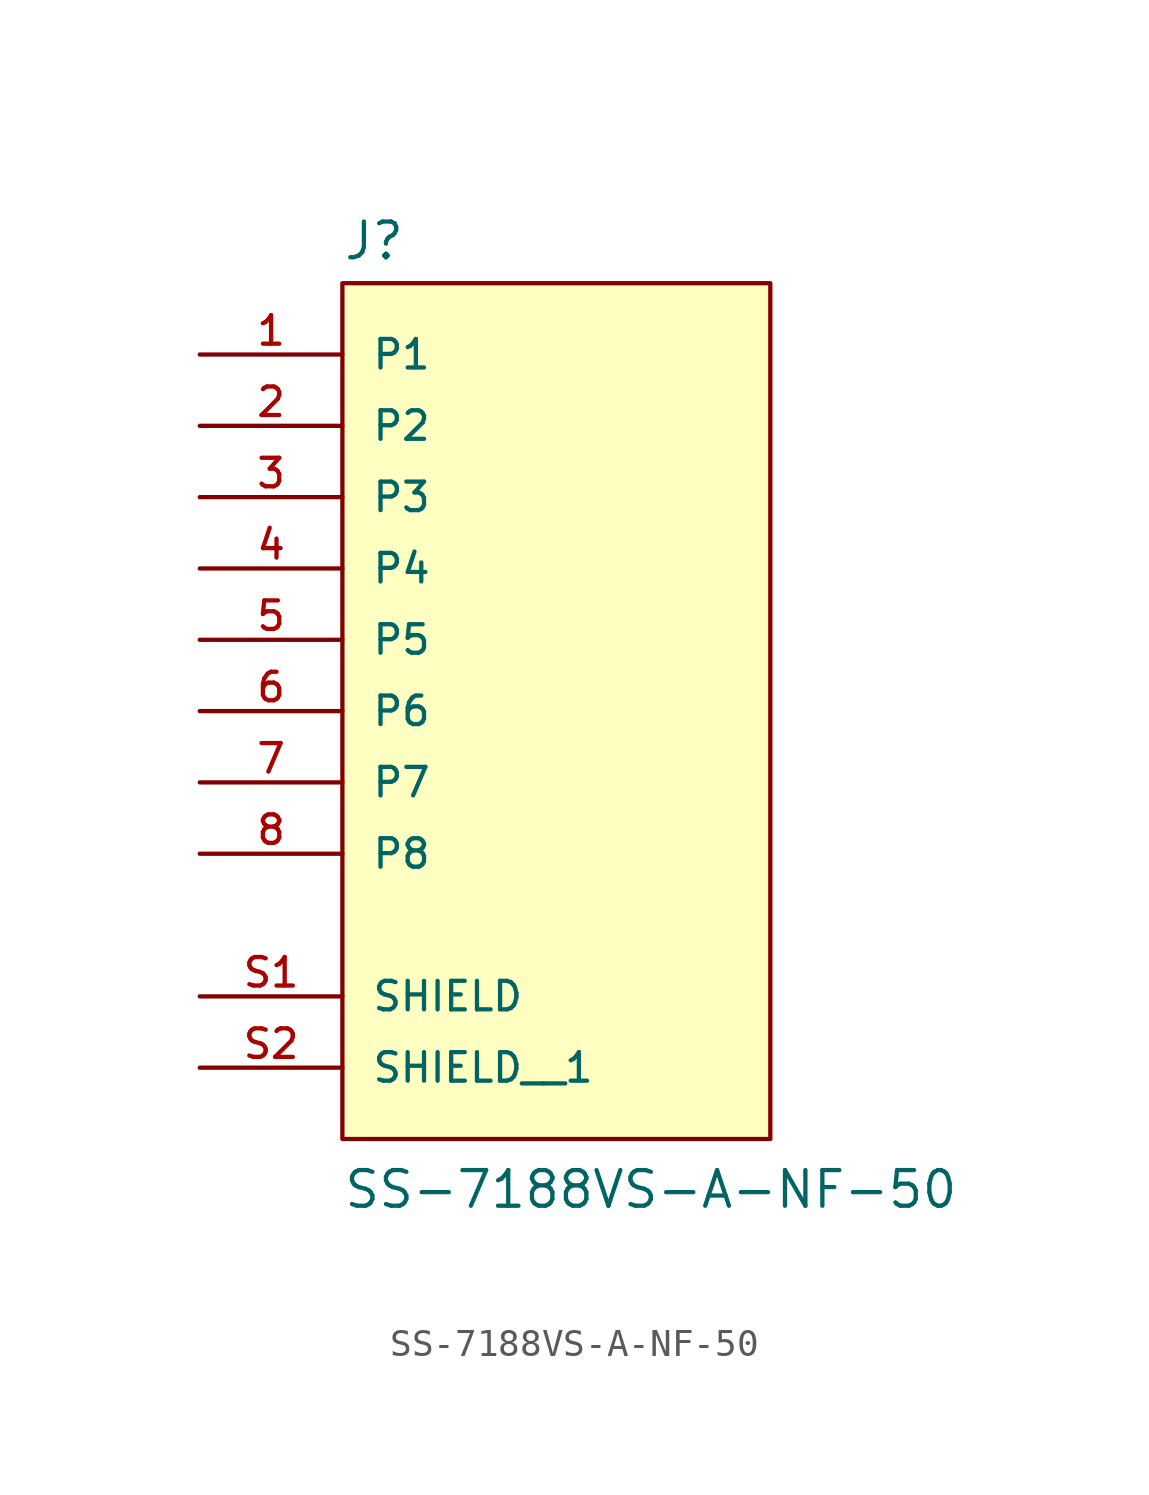
<source format=kicad_sym>
(kicad_symbol_lib
  (version 20211014)
  (generator kicad_symbol_editor)
  (symbol "SS-7188VS-A-NF-50"
    (pin_names
      (offset 1.016))
    (property "Reference" "J"
      (at -7.62 13.462 0)
      (effects (font (size 1.27 1.27)) (justify bottom left)))
    (property "Value" "SS-7188VS-A-NF-50"
      (at -7.62 -20.32 0)
      (effects (font (size 1.27 1.27)) (justify bottom left)))
    (symbol "SS-7188VS-A-NF-50_0_0"
      (rectangle (start -7.62 -17.78) (end 7.62 12.7) (stroke (width 0.152)) (fill (type background)))
      (pin passive line (at -12.7 10.16 0) (length 5.08) (name "P1" (effects (font (size 1.016 1.016)))) (number "1" (effects (font (size 1.016 1.016)))))
      (pin passive line (at -12.7 7.62 0) (length 5.08) (name "P2" (effects (font (size 1.016 1.016)))) (number "2" (effects (font (size 1.016 1.016)))))
      (pin passive line (at -12.7 5.08 0) (length 5.08) (name "P3" (effects (font (size 1.016 1.016)))) (number "3" (effects (font (size 1.016 1.016)))))
      (pin passive line (at -12.7 2.54 0) (length 5.08) (name "P4" (effects (font (size 1.016 1.016)))) (number "4" (effects (font (size 1.016 1.016)))))
      (pin passive line (at -12.7 0.0 0) (length 5.08) (name "P5" (effects (font (size 1.016 1.016)))) (number "5" (effects (font (size 1.016 1.016)))))
      (pin passive line (at -12.7 -2.54 0) (length 5.08) (name "P6" (effects (font (size 1.016 1.016)))) (number "6" (effects (font (size 1.016 1.016)))))
      (pin passive line (at -12.7 -5.08 0) (length 5.08) (name "P7" (effects (font (size 1.016 1.016)))) (number "7" (effects (font (size 1.016 1.016)))))
      (pin passive line (at -12.7 -7.62 0) (length 5.08) (name "P8" (effects (font (size 1.016 1.016)))) (number "8" (effects (font (size 1.016 1.016)))))
      (pin passive line (at -12.7 -12.7 0) (length 5.08) (name "SHIELD" (effects (font (size 1.016 1.016)))) (number "S1" (effects (font (size 1.016 1.016)))))
      (pin passive line (at -12.7 -15.24 0) (length 5.08) (name "SHIELD__1" (effects (font (size 1.016 1.016)))) (number "S2" (effects (font (size 1.016 1.016))))))))
</source>
